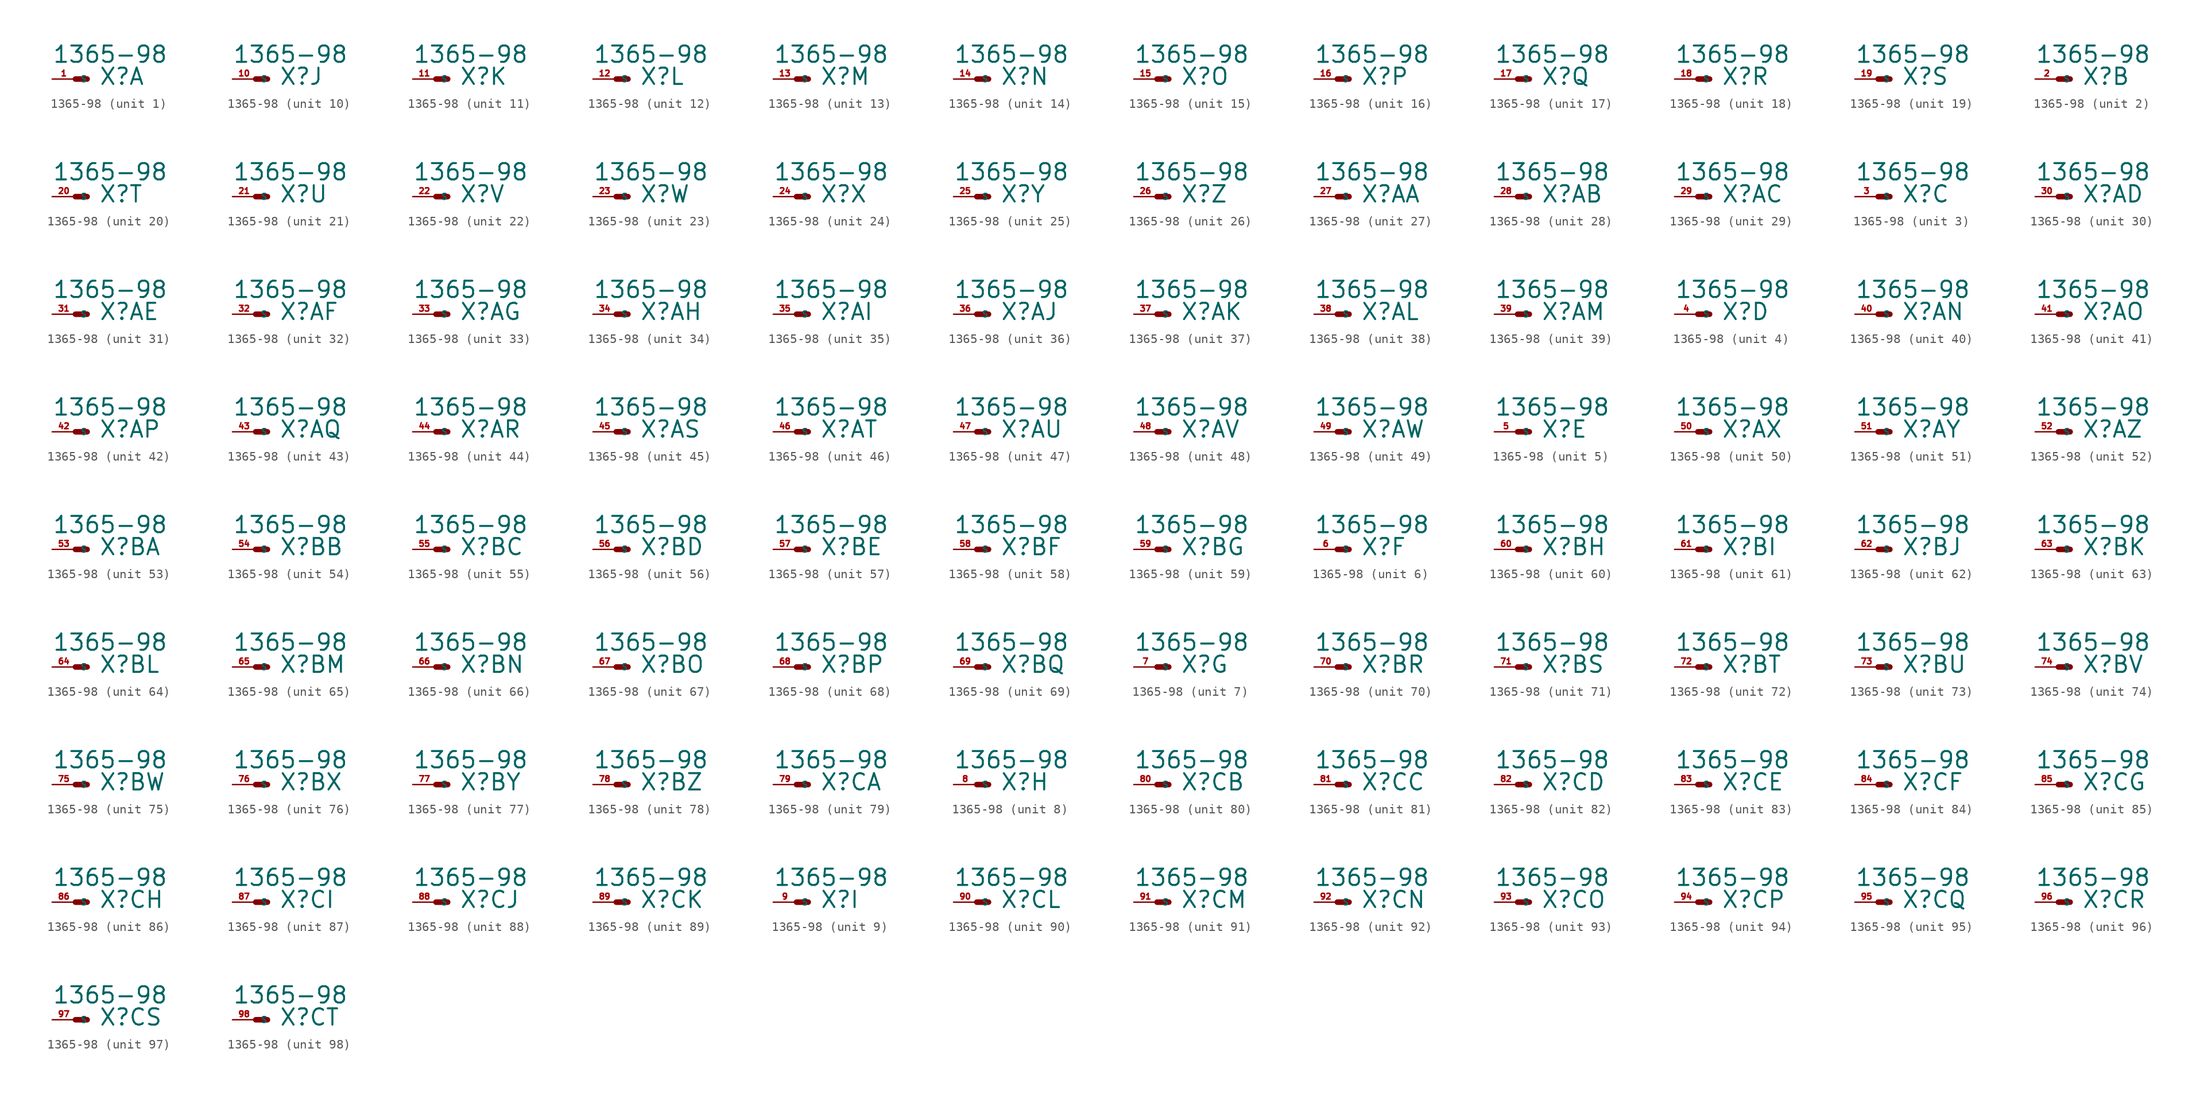
<source format=kicad_sym>
(kicad_symbol_lib
  (version 20220914)
  (generator Eagle2Kicad)
  (symbol "1365-98"
    (property "Reference" "X"
      (at 2.54 -0.762 0)
      (effects (font (size 1.778 1.778) (thickness 0.22)) (justify left bottom)))
    (property "Value" "1365-98"
      (at -2.54 1.651 0)
      (effects (font (size 1.778 1.778) (thickness 0.22)) (justify left bottom)))
    (symbol "1365-98_1_0"
      (polyline (pts (xy 0 0) (xy 1.27 0)) (stroke (width 0.61) (type default)) (fill (type none)))
      (pin passive line (at -2.54 0 0) (length 2.54) (name "S" (effects (font (size 0.635 0.635) (thickness 0.08)) (justify left bottom))) (number "1" (effects (font (size 0.635 0.635) (thickness 0.08)) (justify left bottom)))))
    (symbol "1365-98_2_0"
      (polyline (pts (xy 0 0) (xy 1.27 0)) (stroke (width 0.61) (type default)) (fill (type none)))
      (pin passive line (at -2.54 0 0) (length 2.54) (name "S" (effects (font (size 0.635 0.635) (thickness 0.08)) (justify left bottom))) (number "2" (effects (font (size 0.635 0.635) (thickness 0.08)) (justify left bottom)))))
    (symbol "1365-98_3_0"
      (polyline (pts (xy 0 0) (xy 1.27 0)) (stroke (width 0.61) (type default)) (fill (type none)))
      (pin passive line (at -2.54 0 0) (length 2.54) (name "S" (effects (font (size 0.635 0.635) (thickness 0.08)) (justify left bottom))) (number "3" (effects (font (size 0.635 0.635) (thickness 0.08)) (justify left bottom)))))
    (symbol "1365-98_4_0"
      (polyline (pts (xy 0 0) (xy 1.27 0)) (stroke (width 0.61) (type default)) (fill (type none)))
      (pin passive line (at -2.54 0 0) (length 2.54) (name "S" (effects (font (size 0.635 0.635) (thickness 0.08)) (justify left bottom))) (number "4" (effects (font (size 0.635 0.635) (thickness 0.08)) (justify left bottom)))))
    (symbol "1365-98_5_0"
      (polyline (pts (xy 0 0) (xy 1.27 0)) (stroke (width 0.61) (type default)) (fill (type none)))
      (pin passive line (at -2.54 0 0) (length 2.54) (name "S" (effects (font (size 0.635 0.635) (thickness 0.08)) (justify left bottom))) (number "5" (effects (font (size 0.635 0.635) (thickness 0.08)) (justify left bottom)))))
    (symbol "1365-98_6_0"
      (polyline (pts (xy 0 0) (xy 1.27 0)) (stroke (width 0.61) (type default)) (fill (type none)))
      (pin passive line (at -2.54 0 0) (length 2.54) (name "S" (effects (font (size 0.635 0.635) (thickness 0.08)) (justify left bottom))) (number "6" (effects (font (size 0.635 0.635) (thickness 0.08)) (justify left bottom)))))
    (symbol "1365-98_7_0"
      (polyline (pts (xy 0 0) (xy 1.27 0)) (stroke (width 0.61) (type default)) (fill (type none)))
      (pin passive line (at -2.54 0 0) (length 2.54) (name "S" (effects (font (size 0.635 0.635) (thickness 0.08)) (justify left bottom))) (number "7" (effects (font (size 0.635 0.635) (thickness 0.08)) (justify left bottom)))))
    (symbol "1365-98_8_0"
      (polyline (pts (xy 0 0) (xy 1.27 0)) (stroke (width 0.61) (type default)) (fill (type none)))
      (pin passive line (at -2.54 0 0) (length 2.54) (name "S" (effects (font (size 0.635 0.635) (thickness 0.08)) (justify left bottom))) (number "8" (effects (font (size 0.635 0.635) (thickness 0.08)) (justify left bottom)))))
    (symbol "1365-98_9_0"
      (polyline (pts (xy 0 0) (xy 1.27 0)) (stroke (width 0.61) (type default)) (fill (type none)))
      (pin passive line (at -2.54 0 0) (length 2.54) (name "S" (effects (font (size 0.635 0.635) (thickness 0.08)) (justify left bottom))) (number "9" (effects (font (size 0.635 0.635) (thickness 0.08)) (justify left bottom)))))
    (symbol "1365-98_10_0"
      (polyline (pts (xy 0 0) (xy 1.27 0)) (stroke (width 0.61) (type default)) (fill (type none)))
      (pin passive line (at -2.54 0 0) (length 2.54) (name "S" (effects (font (size 0.635 0.635) (thickness 0.08)) (justify left bottom))) (number "10" (effects (font (size 0.635 0.635) (thickness 0.08)) (justify left bottom)))))
    (symbol "1365-98_11_0"
      (polyline (pts (xy 0 0) (xy 1.27 0)) (stroke (width 0.61) (type default)) (fill (type none)))
      (pin passive line (at -2.54 0 0) (length 2.54) (name "S" (effects (font (size 0.635 0.635) (thickness 0.08)) (justify left bottom))) (number "11" (effects (font (size 0.635 0.635) (thickness 0.08)) (justify left bottom)))))
    (symbol "1365-98_12_0"
      (polyline (pts (xy 0 0) (xy 1.27 0)) (stroke (width 0.61) (type default)) (fill (type none)))
      (pin passive line (at -2.54 0 0) (length 2.54) (name "S" (effects (font (size 0.635 0.635) (thickness 0.08)) (justify left bottom))) (number "12" (effects (font (size 0.635 0.635) (thickness 0.08)) (justify left bottom)))))
    (symbol "1365-98_13_0"
      (polyline (pts (xy 0 0) (xy 1.27 0)) (stroke (width 0.61) (type default)) (fill (type none)))
      (pin passive line (at -2.54 0 0) (length 2.54) (name "S" (effects (font (size 0.635 0.635) (thickness 0.08)) (justify left bottom))) (number "13" (effects (font (size 0.635 0.635) (thickness 0.08)) (justify left bottom)))))
    (symbol "1365-98_14_0"
      (polyline (pts (xy 0 0) (xy 1.27 0)) (stroke (width 0.61) (type default)) (fill (type none)))
      (pin passive line (at -2.54 0 0) (length 2.54) (name "S" (effects (font (size 0.635 0.635) (thickness 0.08)) (justify left bottom))) (number "14" (effects (font (size 0.635 0.635) (thickness 0.08)) (justify left bottom)))))
    (symbol "1365-98_15_0"
      (polyline (pts (xy 0 0) (xy 1.27 0)) (stroke (width 0.61) (type default)) (fill (type none)))
      (pin passive line (at -2.54 0 0) (length 2.54) (name "S" (effects (font (size 0.635 0.635) (thickness 0.08)) (justify left bottom))) (number "15" (effects (font (size 0.635 0.635) (thickness 0.08)) (justify left bottom)))))
    (symbol "1365-98_16_0"
      (polyline (pts (xy 0 0) (xy 1.27 0)) (stroke (width 0.61) (type default)) (fill (type none)))
      (pin passive line (at -2.54 0 0) (length 2.54) (name "S" (effects (font (size 0.635 0.635) (thickness 0.08)) (justify left bottom))) (number "16" (effects (font (size 0.635 0.635) (thickness 0.08)) (justify left bottom)))))
    (symbol "1365-98_17_0"
      (polyline (pts (xy 0 0) (xy 1.27 0)) (stroke (width 0.61) (type default)) (fill (type none)))
      (pin passive line (at -2.54 0 0) (length 2.54) (name "S" (effects (font (size 0.635 0.635) (thickness 0.08)) (justify left bottom))) (number "17" (effects (font (size 0.635 0.635) (thickness 0.08)) (justify left bottom)))))
    (symbol "1365-98_18_0"
      (polyline (pts (xy 0 0) (xy 1.27 0)) (stroke (width 0.61) (type default)) (fill (type none)))
      (pin passive line (at -2.54 0 0) (length 2.54) (name "S" (effects (font (size 0.635 0.635) (thickness 0.08)) (justify left bottom))) (number "18" (effects (font (size 0.635 0.635) (thickness 0.08)) (justify left bottom)))))
    (symbol "1365-98_19_0"
      (polyline (pts (xy 0 0) (xy 1.27 0)) (stroke (width 0.61) (type default)) (fill (type none)))
      (pin passive line (at -2.54 0 0) (length 2.54) (name "S" (effects (font (size 0.635 0.635) (thickness 0.08)) (justify left bottom))) (number "19" (effects (font (size 0.635 0.635) (thickness 0.08)) (justify left bottom)))))
    (symbol "1365-98_20_0"
      (polyline (pts (xy 0 0) (xy 1.27 0)) (stroke (width 0.61) (type default)) (fill (type none)))
      (pin passive line (at -2.54 0 0) (length 2.54) (name "S" (effects (font (size 0.635 0.635) (thickness 0.08)) (justify left bottom))) (number "20" (effects (font (size 0.635 0.635) (thickness 0.08)) (justify left bottom)))))
    (symbol "1365-98_21_0"
      (polyline (pts (xy 0 0) (xy 1.27 0)) (stroke (width 0.61) (type default)) (fill (type none)))
      (pin passive line (at -2.54 0 0) (length 2.54) (name "S" (effects (font (size 0.635 0.635) (thickness 0.08)) (justify left bottom))) (number "21" (effects (font (size 0.635 0.635) (thickness 0.08)) (justify left bottom)))))
    (symbol "1365-98_22_0"
      (polyline (pts (xy 0 0) (xy 1.27 0)) (stroke (width 0.61) (type default)) (fill (type none)))
      (pin passive line (at -2.54 0 0) (length 2.54) (name "S" (effects (font (size 0.635 0.635) (thickness 0.08)) (justify left bottom))) (number "22" (effects (font (size 0.635 0.635) (thickness 0.08)) (justify left bottom)))))
    (symbol "1365-98_23_0"
      (polyline (pts (xy 0 0) (xy 1.27 0)) (stroke (width 0.61) (type default)) (fill (type none)))
      (pin passive line (at -2.54 0 0) (length 2.54) (name "S" (effects (font (size 0.635 0.635) (thickness 0.08)) (justify left bottom))) (number "23" (effects (font (size 0.635 0.635) (thickness 0.08)) (justify left bottom)))))
    (symbol "1365-98_24_0"
      (polyline (pts (xy 0 0) (xy 1.27 0)) (stroke (width 0.61) (type default)) (fill (type none)))
      (pin passive line (at -2.54 0 0) (length 2.54) (name "S" (effects (font (size 0.635 0.635) (thickness 0.08)) (justify left bottom))) (number "24" (effects (font (size 0.635 0.635) (thickness 0.08)) (justify left bottom)))))
    (symbol "1365-98_25_0"
      (polyline (pts (xy 0 0) (xy 1.27 0)) (stroke (width 0.61) (type default)) (fill (type none)))
      (pin passive line (at -2.54 0 0) (length 2.54) (name "S" (effects (font (size 0.635 0.635) (thickness 0.08)) (justify left bottom))) (number "25" (effects (font (size 0.635 0.635) (thickness 0.08)) (justify left bottom)))))
    (symbol "1365-98_26_0"
      (polyline (pts (xy 0 0) (xy 1.27 0)) (stroke (width 0.61) (type default)) (fill (type none)))
      (pin passive line (at -2.54 0 0) (length 2.54) (name "S" (effects (font (size 0.635 0.635) (thickness 0.08)) (justify left bottom))) (number "26" (effects (font (size 0.635 0.635) (thickness 0.08)) (justify left bottom)))))
    (symbol "1365-98_27_0"
      (polyline (pts (xy 0 0) (xy 1.27 0)) (stroke (width 0.61) (type default)) (fill (type none)))
      (pin passive line (at -2.54 0 0) (length 2.54) (name "S" (effects (font (size 0.635 0.635) (thickness 0.08)) (justify left bottom))) (number "27" (effects (font (size 0.635 0.635) (thickness 0.08)) (justify left bottom)))))
    (symbol "1365-98_28_0"
      (polyline (pts (xy 0 0) (xy 1.27 0)) (stroke (width 0.61) (type default)) (fill (type none)))
      (pin passive line (at -2.54 0 0) (length 2.54) (name "S" (effects (font (size 0.635 0.635) (thickness 0.08)) (justify left bottom))) (number "28" (effects (font (size 0.635 0.635) (thickness 0.08)) (justify left bottom)))))
    (symbol "1365-98_29_0"
      (polyline (pts (xy 0 0) (xy 1.27 0)) (stroke (width 0.61) (type default)) (fill (type none)))
      (pin passive line (at -2.54 0 0) (length 2.54) (name "S" (effects (font (size 0.635 0.635) (thickness 0.08)) (justify left bottom))) (number "29" (effects (font (size 0.635 0.635) (thickness 0.08)) (justify left bottom)))))
    (symbol "1365-98_30_0"
      (polyline (pts (xy 0 0) (xy 1.27 0)) (stroke (width 0.61) (type default)) (fill (type none)))
      (pin passive line (at -2.54 0 0) (length 2.54) (name "S" (effects (font (size 0.635 0.635) (thickness 0.08)) (justify left bottom))) (number "30" (effects (font (size 0.635 0.635) (thickness 0.08)) (justify left bottom)))))
    (symbol "1365-98_31_0"
      (polyline (pts (xy 0 0) (xy 1.27 0)) (stroke (width 0.61) (type default)) (fill (type none)))
      (pin passive line (at -2.54 0 0) (length 2.54) (name "S" (effects (font (size 0.635 0.635) (thickness 0.08)) (justify left bottom))) (number "31" (effects (font (size 0.635 0.635) (thickness 0.08)) (justify left bottom)))))
    (symbol "1365-98_32_0"
      (polyline (pts (xy 0 0) (xy 1.27 0)) (stroke (width 0.61) (type default)) (fill (type none)))
      (pin passive line (at -2.54 0 0) (length 2.54) (name "S" (effects (font (size 0.635 0.635) (thickness 0.08)) (justify left bottom))) (number "32" (effects (font (size 0.635 0.635) (thickness 0.08)) (justify left bottom)))))
    (symbol "1365-98_33_0"
      (polyline (pts (xy 0 0) (xy 1.27 0)) (stroke (width 0.61) (type default)) (fill (type none)))
      (pin passive line (at -2.54 0 0) (length 2.54) (name "S" (effects (font (size 0.635 0.635) (thickness 0.08)) (justify left bottom))) (number "33" (effects (font (size 0.635 0.635) (thickness 0.08)) (justify left bottom)))))
    (symbol "1365-98_34_0"
      (polyline (pts (xy 0 0) (xy 1.27 0)) (stroke (width 0.61) (type default)) (fill (type none)))
      (pin passive line (at -2.54 0 0) (length 2.54) (name "S" (effects (font (size 0.635 0.635) (thickness 0.08)) (justify left bottom))) (number "34" (effects (font (size 0.635 0.635) (thickness 0.08)) (justify left bottom)))))
    (symbol "1365-98_35_0"
      (polyline (pts (xy 0 0) (xy 1.27 0)) (stroke (width 0.61) (type default)) (fill (type none)))
      (pin passive line (at -2.54 0 0) (length 2.54) (name "S" (effects (font (size 0.635 0.635) (thickness 0.08)) (justify left bottom))) (number "35" (effects (font (size 0.635 0.635) (thickness 0.08)) (justify left bottom)))))
    (symbol "1365-98_36_0"
      (polyline (pts (xy 0 0) (xy 1.27 0)) (stroke (width 0.61) (type default)) (fill (type none)))
      (pin passive line (at -2.54 0 0) (length 2.54) (name "S" (effects (font (size 0.635 0.635) (thickness 0.08)) (justify left bottom))) (number "36" (effects (font (size 0.635 0.635) (thickness 0.08)) (justify left bottom)))))
    (symbol "1365-98_37_0"
      (polyline (pts (xy 0 0) (xy 1.27 0)) (stroke (width 0.61) (type default)) (fill (type none)))
      (pin passive line (at -2.54 0 0) (length 2.54) (name "S" (effects (font (size 0.635 0.635) (thickness 0.08)) (justify left bottom))) (number "37" (effects (font (size 0.635 0.635) (thickness 0.08)) (justify left bottom)))))
    (symbol "1365-98_38_0"
      (polyline (pts (xy 0 0) (xy 1.27 0)) (stroke (width 0.61) (type default)) (fill (type none)))
      (pin passive line (at -2.54 0 0) (length 2.54) (name "S" (effects (font (size 0.635 0.635) (thickness 0.08)) (justify left bottom))) (number "38" (effects (font (size 0.635 0.635) (thickness 0.08)) (justify left bottom)))))
    (symbol "1365-98_39_0"
      (polyline (pts (xy 0 0) (xy 1.27 0)) (stroke (width 0.61) (type default)) (fill (type none)))
      (pin passive line (at -2.54 0 0) (length 2.54) (name "S" (effects (font (size 0.635 0.635) (thickness 0.08)) (justify left bottom))) (number "39" (effects (font (size 0.635 0.635) (thickness 0.08)) (justify left bottom)))))
    (symbol "1365-98_40_0"
      (polyline (pts (xy 0 0) (xy 1.27 0)) (stroke (width 0.61) (type default)) (fill (type none)))
      (pin passive line (at -2.54 0 0) (length 2.54) (name "S" (effects (font (size 0.635 0.635) (thickness 0.08)) (justify left bottom))) (number "40" (effects (font (size 0.635 0.635) (thickness 0.08)) (justify left bottom)))))
    (symbol "1365-98_41_0"
      (polyline (pts (xy 0 0) (xy 1.27 0)) (stroke (width 0.61) (type default)) (fill (type none)))
      (pin passive line (at -2.54 0 0) (length 2.54) (name "S" (effects (font (size 0.635 0.635) (thickness 0.08)) (justify left bottom))) (number "41" (effects (font (size 0.635 0.635) (thickness 0.08)) (justify left bottom)))))
    (symbol "1365-98_42_0"
      (polyline (pts (xy 0 0) (xy 1.27 0)) (stroke (width 0.61) (type default)) (fill (type none)))
      (pin passive line (at -2.54 0 0) (length 2.54) (name "S" (effects (font (size 0.635 0.635) (thickness 0.08)) (justify left bottom))) (number "42" (effects (font (size 0.635 0.635) (thickness 0.08)) (justify left bottom)))))
    (symbol "1365-98_43_0"
      (polyline (pts (xy 0 0) (xy 1.27 0)) (stroke (width 0.61) (type default)) (fill (type none)))
      (pin passive line (at -2.54 0 0) (length 2.54) (name "S" (effects (font (size 0.635 0.635) (thickness 0.08)) (justify left bottom))) (number "43" (effects (font (size 0.635 0.635) (thickness 0.08)) (justify left bottom)))))
    (symbol "1365-98_44_0"
      (polyline (pts (xy 0 0) (xy 1.27 0)) (stroke (width 0.61) (type default)) (fill (type none)))
      (pin passive line (at -2.54 0 0) (length 2.54) (name "S" (effects (font (size 0.635 0.635) (thickness 0.08)) (justify left bottom))) (number "44" (effects (font (size 0.635 0.635) (thickness 0.08)) (justify left bottom)))))
    (symbol "1365-98_45_0"
      (polyline (pts (xy 0 0) (xy 1.27 0)) (stroke (width 0.61) (type default)) (fill (type none)))
      (pin passive line (at -2.54 0 0) (length 2.54) (name "S" (effects (font (size 0.635 0.635) (thickness 0.08)) (justify left bottom))) (number "45" (effects (font (size 0.635 0.635) (thickness 0.08)) (justify left bottom)))))
    (symbol "1365-98_46_0"
      (polyline (pts (xy 0 0) (xy 1.27 0)) (stroke (width 0.61) (type default)) (fill (type none)))
      (pin passive line (at -2.54 0 0) (length 2.54) (name "S" (effects (font (size 0.635 0.635) (thickness 0.08)) (justify left bottom))) (number "46" (effects (font (size 0.635 0.635) (thickness 0.08)) (justify left bottom)))))
    (symbol "1365-98_47_0"
      (polyline (pts (xy 0 0) (xy 1.27 0)) (stroke (width 0.61) (type default)) (fill (type none)))
      (pin passive line (at -2.54 0 0) (length 2.54) (name "S" (effects (font (size 0.635 0.635) (thickness 0.08)) (justify left bottom))) (number "47" (effects (font (size 0.635 0.635) (thickness 0.08)) (justify left bottom)))))
    (symbol "1365-98_48_0"
      (polyline (pts (xy 0 0) (xy 1.27 0)) (stroke (width 0.61) (type default)) (fill (type none)))
      (pin passive line (at -2.54 0 0) (length 2.54) (name "S" (effects (font (size 0.635 0.635) (thickness 0.08)) (justify left bottom))) (number "48" (effects (font (size 0.635 0.635) (thickness 0.08)) (justify left bottom)))))
    (symbol "1365-98_49_0"
      (polyline (pts (xy 0 0) (xy 1.27 0)) (stroke (width 0.61) (type default)) (fill (type none)))
      (pin passive line (at -2.54 0 0) (length 2.54) (name "S" (effects (font (size 0.635 0.635) (thickness 0.08)) (justify left bottom))) (number "49" (effects (font (size 0.635 0.635) (thickness 0.08)) (justify left bottom)))))
    (symbol "1365-98_50_0"
      (polyline (pts (xy 0 0) (xy 1.27 0)) (stroke (width 0.61) (type default)) (fill (type none)))
      (pin passive line (at -2.54 0 0) (length 2.54) (name "S" (effects (font (size 0.635 0.635) (thickness 0.08)) (justify left bottom))) (number "50" (effects (font (size 0.635 0.635) (thickness 0.08)) (justify left bottom)))))
    (symbol "1365-98_51_0"
      (polyline (pts (xy 0 0) (xy 1.27 0)) (stroke (width 0.61) (type default)) (fill (type none)))
      (pin passive line (at -2.54 0 0) (length 2.54) (name "S" (effects (font (size 0.635 0.635) (thickness 0.08)) (justify left bottom))) (number "51" (effects (font (size 0.635 0.635) (thickness 0.08)) (justify left bottom)))))
    (symbol "1365-98_52_0"
      (polyline (pts (xy 0 0) (xy 1.27 0)) (stroke (width 0.61) (type default)) (fill (type none)))
      (pin passive line (at -2.54 0 0) (length 2.54) (name "S" (effects (font (size 0.635 0.635) (thickness 0.08)) (justify left bottom))) (number "52" (effects (font (size 0.635 0.635) (thickness 0.08)) (justify left bottom)))))
    (symbol "1365-98_53_0"
      (polyline (pts (xy 0 0) (xy 1.27 0)) (stroke (width 0.61) (type default)) (fill (type none)))
      (pin passive line (at -2.54 0 0) (length 2.54) (name "S" (effects (font (size 0.635 0.635) (thickness 0.08)) (justify left bottom))) (number "53" (effects (font (size 0.635 0.635) (thickness 0.08)) (justify left bottom)))))
    (symbol "1365-98_54_0"
      (polyline (pts (xy 0 0) (xy 1.27 0)) (stroke (width 0.61) (type default)) (fill (type none)))
      (pin passive line (at -2.54 0 0) (length 2.54) (name "S" (effects (font (size 0.635 0.635) (thickness 0.08)) (justify left bottom))) (number "54" (effects (font (size 0.635 0.635) (thickness 0.08)) (justify left bottom)))))
    (symbol "1365-98_55_0"
      (polyline (pts (xy 0 0) (xy 1.27 0)) (stroke (width 0.61) (type default)) (fill (type none)))
      (pin passive line (at -2.54 0 0) (length 2.54) (name "S" (effects (font (size 0.635 0.635) (thickness 0.08)) (justify left bottom))) (number "55" (effects (font (size 0.635 0.635) (thickness 0.08)) (justify left bottom)))))
    (symbol "1365-98_56_0"
      (polyline (pts (xy 0 0) (xy 1.27 0)) (stroke (width 0.61) (type default)) (fill (type none)))
      (pin passive line (at -2.54 0 0) (length 2.54) (name "S" (effects (font (size 0.635 0.635) (thickness 0.08)) (justify left bottom))) (number "56" (effects (font (size 0.635 0.635) (thickness 0.08)) (justify left bottom)))))
    (symbol "1365-98_57_0"
      (polyline (pts (xy 0 0) (xy 1.27 0)) (stroke (width 0.61) (type default)) (fill (type none)))
      (pin passive line (at -2.54 0 0) (length 2.54) (name "S" (effects (font (size 0.635 0.635) (thickness 0.08)) (justify left bottom))) (number "57" (effects (font (size 0.635 0.635) (thickness 0.08)) (justify left bottom)))))
    (symbol "1365-98_58_0"
      (polyline (pts (xy 0 0) (xy 1.27 0)) (stroke (width 0.61) (type default)) (fill (type none)))
      (pin passive line (at -2.54 0 0) (length 2.54) (name "S" (effects (font (size 0.635 0.635) (thickness 0.08)) (justify left bottom))) (number "58" (effects (font (size 0.635 0.635) (thickness 0.08)) (justify left bottom)))))
    (symbol "1365-98_59_0"
      (polyline (pts (xy 0 0) (xy 1.27 0)) (stroke (width 0.61) (type default)) (fill (type none)))
      (pin passive line (at -2.54 0 0) (length 2.54) (name "S" (effects (font (size 0.635 0.635) (thickness 0.08)) (justify left bottom))) (number "59" (effects (font (size 0.635 0.635) (thickness 0.08)) (justify left bottom)))))
    (symbol "1365-98_60_0"
      (polyline (pts (xy 0 0) (xy 1.27 0)) (stroke (width 0.61) (type default)) (fill (type none)))
      (pin passive line (at -2.54 0 0) (length 2.54) (name "S" (effects (font (size 0.635 0.635) (thickness 0.08)) (justify left bottom))) (number "60" (effects (font (size 0.635 0.635) (thickness 0.08)) (justify left bottom)))))
    (symbol "1365-98_61_0"
      (polyline (pts (xy 0 0) (xy 1.27 0)) (stroke (width 0.61) (type default)) (fill (type none)))
      (pin passive line (at -2.54 0 0) (length 2.54) (name "S" (effects (font (size 0.635 0.635) (thickness 0.08)) (justify left bottom))) (number "61" (effects (font (size 0.635 0.635) (thickness 0.08)) (justify left bottom)))))
    (symbol "1365-98_62_0"
      (polyline (pts (xy 0 0) (xy 1.27 0)) (stroke (width 0.61) (type default)) (fill (type none)))
      (pin passive line (at -2.54 0 0) (length 2.54) (name "S" (effects (font (size 0.635 0.635) (thickness 0.08)) (justify left bottom))) (number "62" (effects (font (size 0.635 0.635) (thickness 0.08)) (justify left bottom)))))
    (symbol "1365-98_63_0"
      (polyline (pts (xy 0 0) (xy 1.27 0)) (stroke (width 0.61) (type default)) (fill (type none)))
      (pin passive line (at -2.54 0 0) (length 2.54) (name "S" (effects (font (size 0.635 0.635) (thickness 0.08)) (justify left bottom))) (number "63" (effects (font (size 0.635 0.635) (thickness 0.08)) (justify left bottom)))))
    (symbol "1365-98_64_0"
      (polyline (pts (xy 0 0) (xy 1.27 0)) (stroke (width 0.61) (type default)) (fill (type none)))
      (pin passive line (at -2.54 0 0) (length 2.54) (name "S" (effects (font (size 0.635 0.635) (thickness 0.08)) (justify left bottom))) (number "64" (effects (font (size 0.635 0.635) (thickness 0.08)) (justify left bottom)))))
    (symbol "1365-98_65_0"
      (polyline (pts (xy 0 0) (xy 1.27 0)) (stroke (width 0.61) (type default)) (fill (type none)))
      (pin passive line (at -2.54 0 0) (length 2.54) (name "S" (effects (font (size 0.635 0.635) (thickness 0.08)) (justify left bottom))) (number "65" (effects (font (size 0.635 0.635) (thickness 0.08)) (justify left bottom)))))
    (symbol "1365-98_66_0"
      (polyline (pts (xy 0 0) (xy 1.27 0)) (stroke (width 0.61) (type default)) (fill (type none)))
      (pin passive line (at -2.54 0 0) (length 2.54) (name "S" (effects (font (size 0.635 0.635) (thickness 0.08)) (justify left bottom))) (number "66" (effects (font (size 0.635 0.635) (thickness 0.08)) (justify left bottom)))))
    (symbol "1365-98_67_0"
      (polyline (pts (xy 0 0) (xy 1.27 0)) (stroke (width 0.61) (type default)) (fill (type none)))
      (pin passive line (at -2.54 0 0) (length 2.54) (name "S" (effects (font (size 0.635 0.635) (thickness 0.08)) (justify left bottom))) (number "67" (effects (font (size 0.635 0.635) (thickness 0.08)) (justify left bottom)))))
    (symbol "1365-98_68_0"
      (polyline (pts (xy 0 0) (xy 1.27 0)) (stroke (width 0.61) (type default)) (fill (type none)))
      (pin passive line (at -2.54 0 0) (length 2.54) (name "S" (effects (font (size 0.635 0.635) (thickness 0.08)) (justify left bottom))) (number "68" (effects (font (size 0.635 0.635) (thickness 0.08)) (justify left bottom)))))
    (symbol "1365-98_69_0"
      (polyline (pts (xy 0 0) (xy 1.27 0)) (stroke (width 0.61) (type default)) (fill (type none)))
      (pin passive line (at -2.54 0 0) (length 2.54) (name "S" (effects (font (size 0.635 0.635) (thickness 0.08)) (justify left bottom))) (number "69" (effects (font (size 0.635 0.635) (thickness 0.08)) (justify left bottom)))))
    (symbol "1365-98_70_0"
      (polyline (pts (xy 0 0) (xy 1.27 0)) (stroke (width 0.61) (type default)) (fill (type none)))
      (pin passive line (at -2.54 0 0) (length 2.54) (name "S" (effects (font (size 0.635 0.635) (thickness 0.08)) (justify left bottom))) (number "70" (effects (font (size 0.635 0.635) (thickness 0.08)) (justify left bottom)))))
    (symbol "1365-98_71_0"
      (polyline (pts (xy 0 0) (xy 1.27 0)) (stroke (width 0.61) (type default)) (fill (type none)))
      (pin passive line (at -2.54 0 0) (length 2.54) (name "S" (effects (font (size 0.635 0.635) (thickness 0.08)) (justify left bottom))) (number "71" (effects (font (size 0.635 0.635) (thickness 0.08)) (justify left bottom)))))
    (symbol "1365-98_72_0"
      (polyline (pts (xy 0 0) (xy 1.27 0)) (stroke (width 0.61) (type default)) (fill (type none)))
      (pin passive line (at -2.54 0 0) (length 2.54) (name "S" (effects (font (size 0.635 0.635) (thickness 0.08)) (justify left bottom))) (number "72" (effects (font (size 0.635 0.635) (thickness 0.08)) (justify left bottom)))))
    (symbol "1365-98_73_0"
      (polyline (pts (xy 0 0) (xy 1.27 0)) (stroke (width 0.61) (type default)) (fill (type none)))
      (pin passive line (at -2.54 0 0) (length 2.54) (name "S" (effects (font (size 0.635 0.635) (thickness 0.08)) (justify left bottom))) (number "73" (effects (font (size 0.635 0.635) (thickness 0.08)) (justify left bottom)))))
    (symbol "1365-98_74_0"
      (polyline (pts (xy 0 0) (xy 1.27 0)) (stroke (width 0.61) (type default)) (fill (type none)))
      (pin passive line (at -2.54 0 0) (length 2.54) (name "S" (effects (font (size 0.635 0.635) (thickness 0.08)) (justify left bottom))) (number "74" (effects (font (size 0.635 0.635) (thickness 0.08)) (justify left bottom)))))
    (symbol "1365-98_75_0"
      (polyline (pts (xy 0 0) (xy 1.27 0)) (stroke (width 0.61) (type default)) (fill (type none)))
      (pin passive line (at -2.54 0 0) (length 2.54) (name "S" (effects (font (size 0.635 0.635) (thickness 0.08)) (justify left bottom))) (number "75" (effects (font (size 0.635 0.635) (thickness 0.08)) (justify left bottom)))))
    (symbol "1365-98_76_0"
      (polyline (pts (xy 0 0) (xy 1.27 0)) (stroke (width 0.61) (type default)) (fill (type none)))
      (pin passive line (at -2.54 0 0) (length 2.54) (name "S" (effects (font (size 0.635 0.635) (thickness 0.08)) (justify left bottom))) (number "76" (effects (font (size 0.635 0.635) (thickness 0.08)) (justify left bottom)))))
    (symbol "1365-98_77_0"
      (polyline (pts (xy 0 0) (xy 1.27 0)) (stroke (width 0.61) (type default)) (fill (type none)))
      (pin passive line (at -2.54 0 0) (length 2.54) (name "S" (effects (font (size 0.635 0.635) (thickness 0.08)) (justify left bottom))) (number "77" (effects (font (size 0.635 0.635) (thickness 0.08)) (justify left bottom)))))
    (symbol "1365-98_78_0"
      (polyline (pts (xy 0 0) (xy 1.27 0)) (stroke (width 0.61) (type default)) (fill (type none)))
      (pin passive line (at -2.54 0 0) (length 2.54) (name "S" (effects (font (size 0.635 0.635) (thickness 0.08)) (justify left bottom))) (number "78" (effects (font (size 0.635 0.635) (thickness 0.08)) (justify left bottom)))))
    (symbol "1365-98_79_0"
      (polyline (pts (xy 0 0) (xy 1.27 0)) (stroke (width 0.61) (type default)) (fill (type none)))
      (pin passive line (at -2.54 0 0) (length 2.54) (name "S" (effects (font (size 0.635 0.635) (thickness 0.08)) (justify left bottom))) (number "79" (effects (font (size 0.635 0.635) (thickness 0.08)) (justify left bottom)))))
    (symbol "1365-98_80_0"
      (polyline (pts (xy 0 0) (xy 1.27 0)) (stroke (width 0.61) (type default)) (fill (type none)))
      (pin passive line (at -2.54 0 0) (length 2.54) (name "S" (effects (font (size 0.635 0.635) (thickness 0.08)) (justify left bottom))) (number "80" (effects (font (size 0.635 0.635) (thickness 0.08)) (justify left bottom)))))
    (symbol "1365-98_81_0"
      (polyline (pts (xy 0 0) (xy 1.27 0)) (stroke (width 0.61) (type default)) (fill (type none)))
      (pin passive line (at -2.54 0 0) (length 2.54) (name "S" (effects (font (size 0.635 0.635) (thickness 0.08)) (justify left bottom))) (number "81" (effects (font (size 0.635 0.635) (thickness 0.08)) (justify left bottom)))))
    (symbol "1365-98_82_0"
      (polyline (pts (xy 0 0) (xy 1.27 0)) (stroke (width 0.61) (type default)) (fill (type none)))
      (pin passive line (at -2.54 0 0) (length 2.54) (name "S" (effects (font (size 0.635 0.635) (thickness 0.08)) (justify left bottom))) (number "82" (effects (font (size 0.635 0.635) (thickness 0.08)) (justify left bottom)))))
    (symbol "1365-98_83_0"
      (polyline (pts (xy 0 0) (xy 1.27 0)) (stroke (width 0.61) (type default)) (fill (type none)))
      (pin passive line (at -2.54 0 0) (length 2.54) (name "S" (effects (font (size 0.635 0.635) (thickness 0.08)) (justify left bottom))) (number "83" (effects (font (size 0.635 0.635) (thickness 0.08)) (justify left bottom)))))
    (symbol "1365-98_84_0"
      (polyline (pts (xy 0 0) (xy 1.27 0)) (stroke (width 0.61) (type default)) (fill (type none)))
      (pin passive line (at -2.54 0 0) (length 2.54) (name "S" (effects (font (size 0.635 0.635) (thickness 0.08)) (justify left bottom))) (number "84" (effects (font (size 0.635 0.635) (thickness 0.08)) (justify left bottom)))))
    (symbol "1365-98_85_0"
      (polyline (pts (xy 0 0) (xy 1.27 0)) (stroke (width 0.61) (type default)) (fill (type none)))
      (pin passive line (at -2.54 0 0) (length 2.54) (name "S" (effects (font (size 0.635 0.635) (thickness 0.08)) (justify left bottom))) (number "85" (effects (font (size 0.635 0.635) (thickness 0.08)) (justify left bottom)))))
    (symbol "1365-98_86_0"
      (polyline (pts (xy 0 0) (xy 1.27 0)) (stroke (width 0.61) (type default)) (fill (type none)))
      (pin passive line (at -2.54 0 0) (length 2.54) (name "S" (effects (font (size 0.635 0.635) (thickness 0.08)) (justify left bottom))) (number "86" (effects (font (size 0.635 0.635) (thickness 0.08)) (justify left bottom)))))
    (symbol "1365-98_87_0"
      (polyline (pts (xy 0 0) (xy 1.27 0)) (stroke (width 0.61) (type default)) (fill (type none)))
      (pin passive line (at -2.54 0 0) (length 2.54) (name "S" (effects (font (size 0.635 0.635) (thickness 0.08)) (justify left bottom))) (number "87" (effects (font (size 0.635 0.635) (thickness 0.08)) (justify left bottom)))))
    (symbol "1365-98_88_0"
      (polyline (pts (xy 0 0) (xy 1.27 0)) (stroke (width 0.61) (type default)) (fill (type none)))
      (pin passive line (at -2.54 0 0) (length 2.54) (name "S" (effects (font (size 0.635 0.635) (thickness 0.08)) (justify left bottom))) (number "88" (effects (font (size 0.635 0.635) (thickness 0.08)) (justify left bottom)))))
    (symbol "1365-98_89_0"
      (polyline (pts (xy 0 0) (xy 1.27 0)) (stroke (width 0.61) (type default)) (fill (type none)))
      (pin passive line (at -2.54 0 0) (length 2.54) (name "S" (effects (font (size 0.635 0.635) (thickness 0.08)) (justify left bottom))) (number "89" (effects (font (size 0.635 0.635) (thickness 0.08)) (justify left bottom)))))
    (symbol "1365-98_90_0"
      (polyline (pts (xy 0 0) (xy 1.27 0)) (stroke (width 0.61) (type default)) (fill (type none)))
      (pin passive line (at -2.54 0 0) (length 2.54) (name "S" (effects (font (size 0.635 0.635) (thickness 0.08)) (justify left bottom))) (number "90" (effects (font (size 0.635 0.635) (thickness 0.08)) (justify left bottom)))))
    (symbol "1365-98_91_0"
      (polyline (pts (xy 0 0) (xy 1.27 0)) (stroke (width 0.61) (type default)) (fill (type none)))
      (pin passive line (at -2.54 0 0) (length 2.54) (name "S" (effects (font (size 0.635 0.635) (thickness 0.08)) (justify left bottom))) (number "91" (effects (font (size 0.635 0.635) (thickness 0.08)) (justify left bottom)))))
    (symbol "1365-98_92_0"
      (polyline (pts (xy 0 0) (xy 1.27 0)) (stroke (width 0.61) (type default)) (fill (type none)))
      (pin passive line (at -2.54 0 0) (length 2.54) (name "S" (effects (font (size 0.635 0.635) (thickness 0.08)) (justify left bottom))) (number "92" (effects (font (size 0.635 0.635) (thickness 0.08)) (justify left bottom)))))
    (symbol "1365-98_93_0"
      (polyline (pts (xy 0 0) (xy 1.27 0)) (stroke (width 0.61) (type default)) (fill (type none)))
      (pin passive line (at -2.54 0 0) (length 2.54) (name "S" (effects (font (size 0.635 0.635) (thickness 0.08)) (justify left bottom))) (number "93" (effects (font (size 0.635 0.635) (thickness 0.08)) (justify left bottom)))))
    (symbol "1365-98_94_0"
      (polyline (pts (xy 0 0) (xy 1.27 0)) (stroke (width 0.61) (type default)) (fill (type none)))
      (pin passive line (at -2.54 0 0) (length 2.54) (name "S" (effects (font (size 0.635 0.635) (thickness 0.08)) (justify left bottom))) (number "94" (effects (font (size 0.635 0.635) (thickness 0.08)) (justify left bottom)))))
    (symbol "1365-98_95_0"
      (polyline (pts (xy 0 0) (xy 1.27 0)) (stroke (width 0.61) (type default)) (fill (type none)))
      (pin passive line (at -2.54 0 0) (length 2.54) (name "S" (effects (font (size 0.635 0.635) (thickness 0.08)) (justify left bottom))) (number "95" (effects (font (size 0.635 0.635) (thickness 0.08)) (justify left bottom)))))
    (symbol "1365-98_96_0"
      (polyline (pts (xy 0 0) (xy 1.27 0)) (stroke (width 0.61) (type default)) (fill (type none)))
      (pin passive line (at -2.54 0 0) (length 2.54) (name "S" (effects (font (size 0.635 0.635) (thickness 0.08)) (justify left bottom))) (number "96" (effects (font (size 0.635 0.635) (thickness 0.08)) (justify left bottom)))))
    (symbol "1365-98_97_0"
      (polyline (pts (xy 0 0) (xy 1.27 0)) (stroke (width 0.61) (type default)) (fill (type none)))
      (pin passive line (at -2.54 0 0) (length 2.54) (name "S" (effects (font (size 0.635 0.635) (thickness 0.08)) (justify left bottom))) (number "97" (effects (font (size 0.635 0.635) (thickness 0.08)) (justify left bottom)))))
    (symbol "1365-98_98_0"
      (polyline (pts (xy 0 0) (xy 1.27 0)) (stroke (width 0.61) (type default)) (fill (type none)))
      (pin passive line (at -2.54 0 0) (length 2.54) (name "S" (effects (font (size 0.635 0.635) (thickness 0.08)) (justify left bottom))) (number "98" (effects (font (size 0.635 0.635) (thickness 0.08)) (justify left bottom)))))))
</source>
